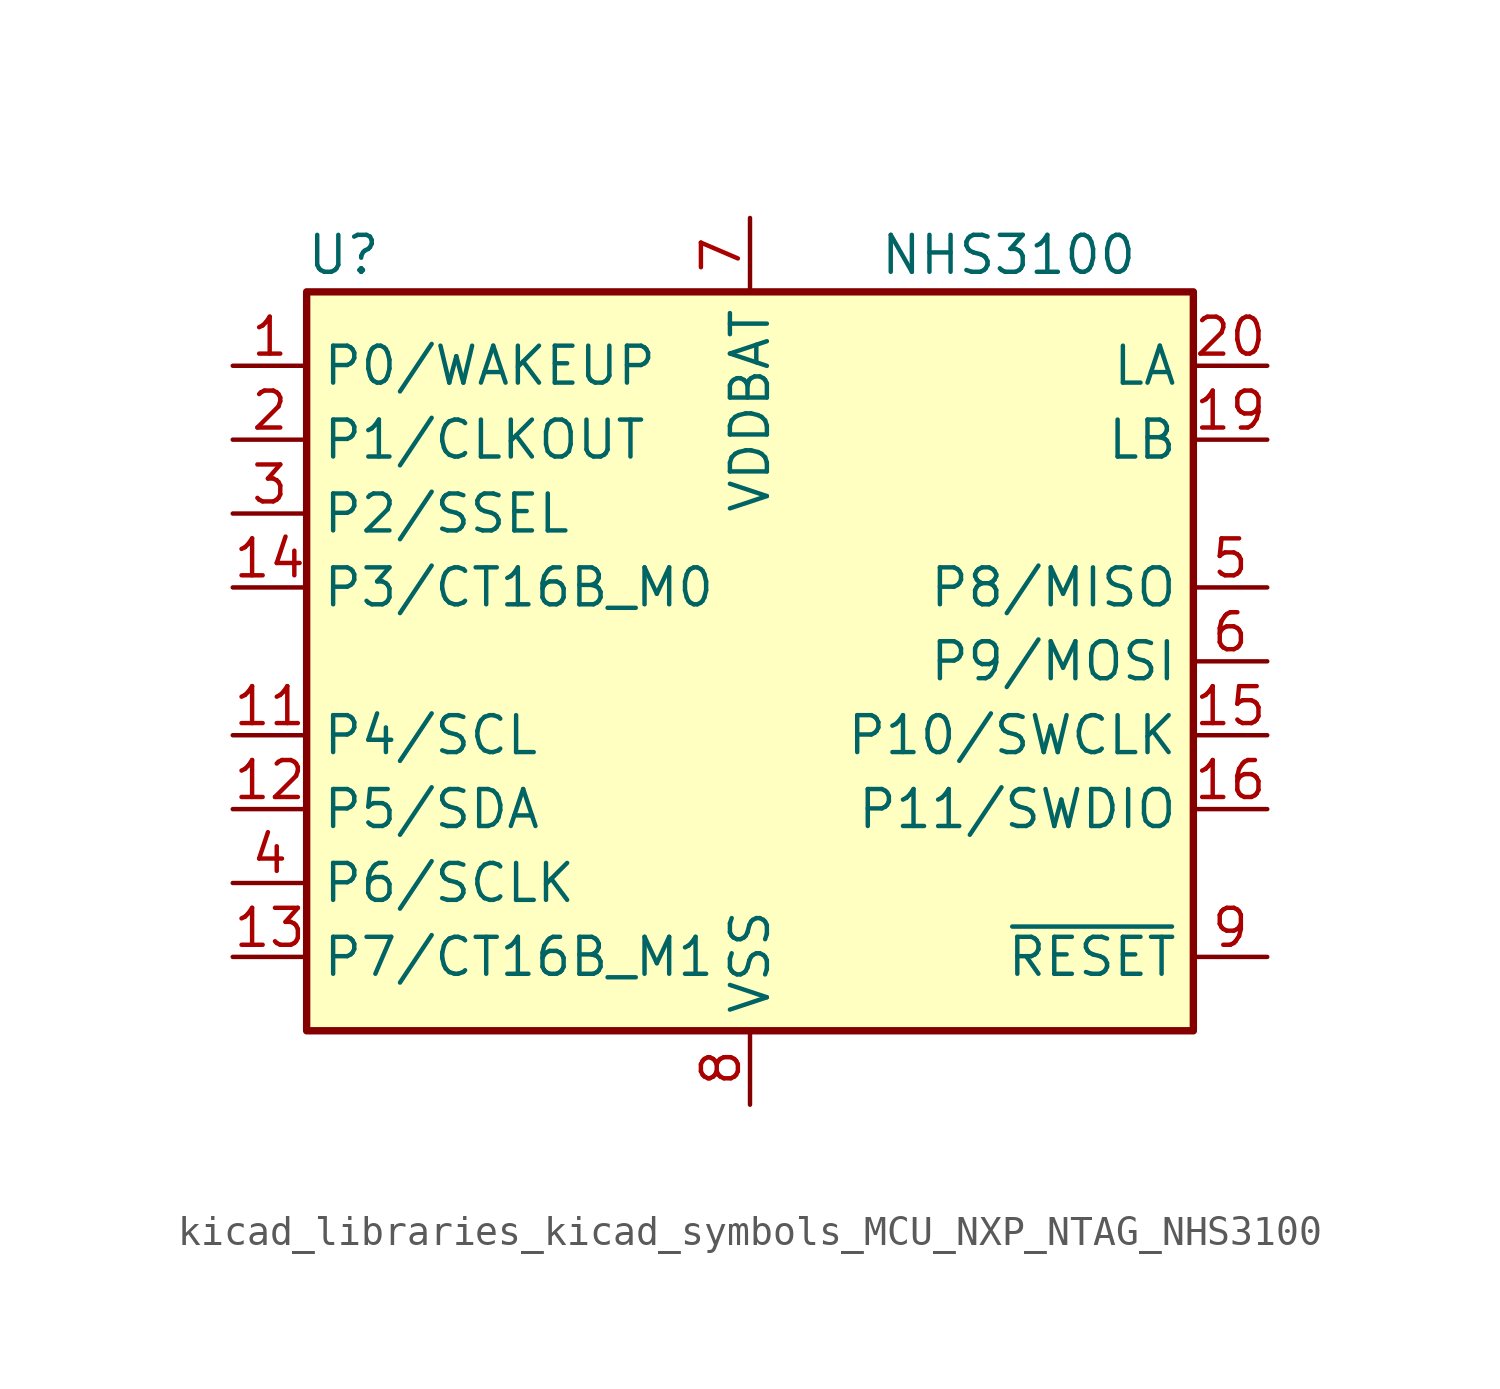
<source format=kicad_sym>
(kicad_symbol_lib
  (version 20220914)
  (generator kicad_symbol_editor)
  (symbol "kicad_libraries_kicad_symbols_MCU_NXP_NTAG_NHS3100"
    (property "Reference" "U"
      (at -13.97 13.97 0)
      (effects (font (size 1.27 1.27))))
    (property "Value" "NHS3100"
      (at 8.89 13.97 0)
      (effects (font (size 1.27 1.27))))
    (symbol "kicad_libraries_kicad_symbols_MCU_NXP_NTAG_NHS3100_0_1"
      (rectangle (start 15.24 -12.7) (end -15.24 12.7) (stroke (width 0.254) (type default)) (fill (type background))))
    (symbol "kicad_libraries_kicad_symbols_MCU_NXP_NTAG_NHS3100_1_1"
      (pin bidirectional line (at -17.78 10.16 0) (length 2.54) (name "P0/WAKEUP" (effects (font (size 1.27 1.27)))) (number "1" (effects (font (size 1.27 1.27)))))
      (pin no_connect line (at -15.24 0 0) (length 2.54) hide (name "reserved" (effects (font (size 1.27 1.27)))) (number "10" (effects (font (size 1.27 1.27)))))
      (pin bidirectional line (at -17.78 -2.54 0) (length 2.54) (name "P4/SCL" (effects (font (size 1.27 1.27)))) (number "11" (effects (font (size 1.27 1.27)))))
      (pin bidirectional line (at -17.78 -5.08 0) (length 2.54) (name "P5/SDA" (effects (font (size 1.27 1.27)))) (number "12" (effects (font (size 1.27 1.27)))))
      (pin bidirectional line (at -17.78 -10.16 0) (length 2.54) (name "P7/CT16B_M1" (effects (font (size 1.27 1.27)))) (number "13" (effects (font (size 1.27 1.27)))))
      (pin bidirectional line (at -17.78 2.54 0) (length 2.54) (name "P3/CT16B_M0" (effects (font (size 1.27 1.27)))) (number "14" (effects (font (size 1.27 1.27)))))
      (pin bidirectional line (at 17.78 -2.54 180) (length 2.54) (name "P10/SWCLK" (effects (font (size 1.27 1.27)))) (number "15" (effects (font (size 1.27 1.27)))))
      (pin bidirectional line (at 17.78 -5.08 180) (length 2.54) (name "P11/SWDIO" (effects (font (size 1.27 1.27)))) (number "16" (effects (font (size 1.27 1.27)))))
      (pin passive line (at 0 -15.24 90) (length 2.54) hide (name "VSS" (effects (font (size 1.27 1.27)))) (number "17" (effects (font (size 1.27 1.27)))))
      (pin passive line (at 0 -15.24 90) (length 2.54) hide (name "VSS" (effects (font (size 1.27 1.27)))) (number "18" (effects (font (size 1.27 1.27)))))
      (pin passive line (at 17.78 7.62 180) (length 2.54) (name "LB" (effects (font (size 1.27 1.27)))) (number "19" (effects (font (size 1.27 1.27)))))
      (pin bidirectional line (at -17.78 7.62 0) (length 2.54) (name "P1/CLKOUT" (effects (font (size 1.27 1.27)))) (number "2" (effects (font (size 1.27 1.27)))))
      (pin passive line (at 17.78 10.16 180) (length 2.54) (name "LA" (effects (font (size 1.27 1.27)))) (number "20" (effects (font (size 1.27 1.27)))))
      (pin passive line (at 0 -15.24 90) (length 2.54) hide (name "VSS" (effects (font (size 1.27 1.27)))) (number "21" (effects (font (size 1.27 1.27)))))
      (pin passive line (at 0 -15.24 90) (length 2.54) hide (name "VSS" (effects (font (size 1.27 1.27)))) (number "22" (effects (font (size 1.27 1.27)))))
      (pin passive line (at 0 -15.24 90) (length 2.54) hide (name "VSS" (effects (font (size 1.27 1.27)))) (number "23" (effects (font (size 1.27 1.27)))))
      (pin passive line (at 0 -15.24 90) (length 2.54) hide (name "VSS" (effects (font (size 1.27 1.27)))) (number "24" (effects (font (size 1.27 1.27)))))
      (pin passive line (at 0 -15.24 90) (length 2.54) hide (name "VSS" (effects (font (size 1.27 1.27)))) (number "25" (effects (font (size 1.27 1.27)))))
      (pin bidirectional line (at -17.78 5.08 0) (length 2.54) (name "P2/SSEL" (effects (font (size 1.27 1.27)))) (number "3" (effects (font (size 1.27 1.27)))))
      (pin bidirectional line (at -17.78 -7.62 0) (length 2.54) (name "P6/SCLK" (effects (font (size 1.27 1.27)))) (number "4" (effects (font (size 1.27 1.27)))))
      (pin bidirectional line (at 17.78 2.54 180) (length 2.54) (name "P8/MISO" (effects (font (size 1.27 1.27)))) (number "5" (effects (font (size 1.27 1.27)))))
      (pin bidirectional line (at 17.78 0 180) (length 2.54) (name "P9/MOSI" (effects (font (size 1.27 1.27)))) (number "6" (effects (font (size 1.27 1.27)))))
      (pin power_in line (at 0 15.24 270) (length 2.54) (name "VDDBAT" (effects (font (size 1.27 1.27)))) (number "7" (effects (font (size 1.27 1.27)))))
      (pin power_in line (at 0 -15.24 90) (length 2.54) (name "VSS" (effects (font (size 1.27 1.27)))) (number "8" (effects (font (size 1.27 1.27)))))
      (pin input line (at 17.78 -10.16 180) (length 2.54) (name "~{RESET}" (effects (font (size 1.27 1.27)))) (number "9" (effects (font (size 1.27 1.27))))))))
</source>
